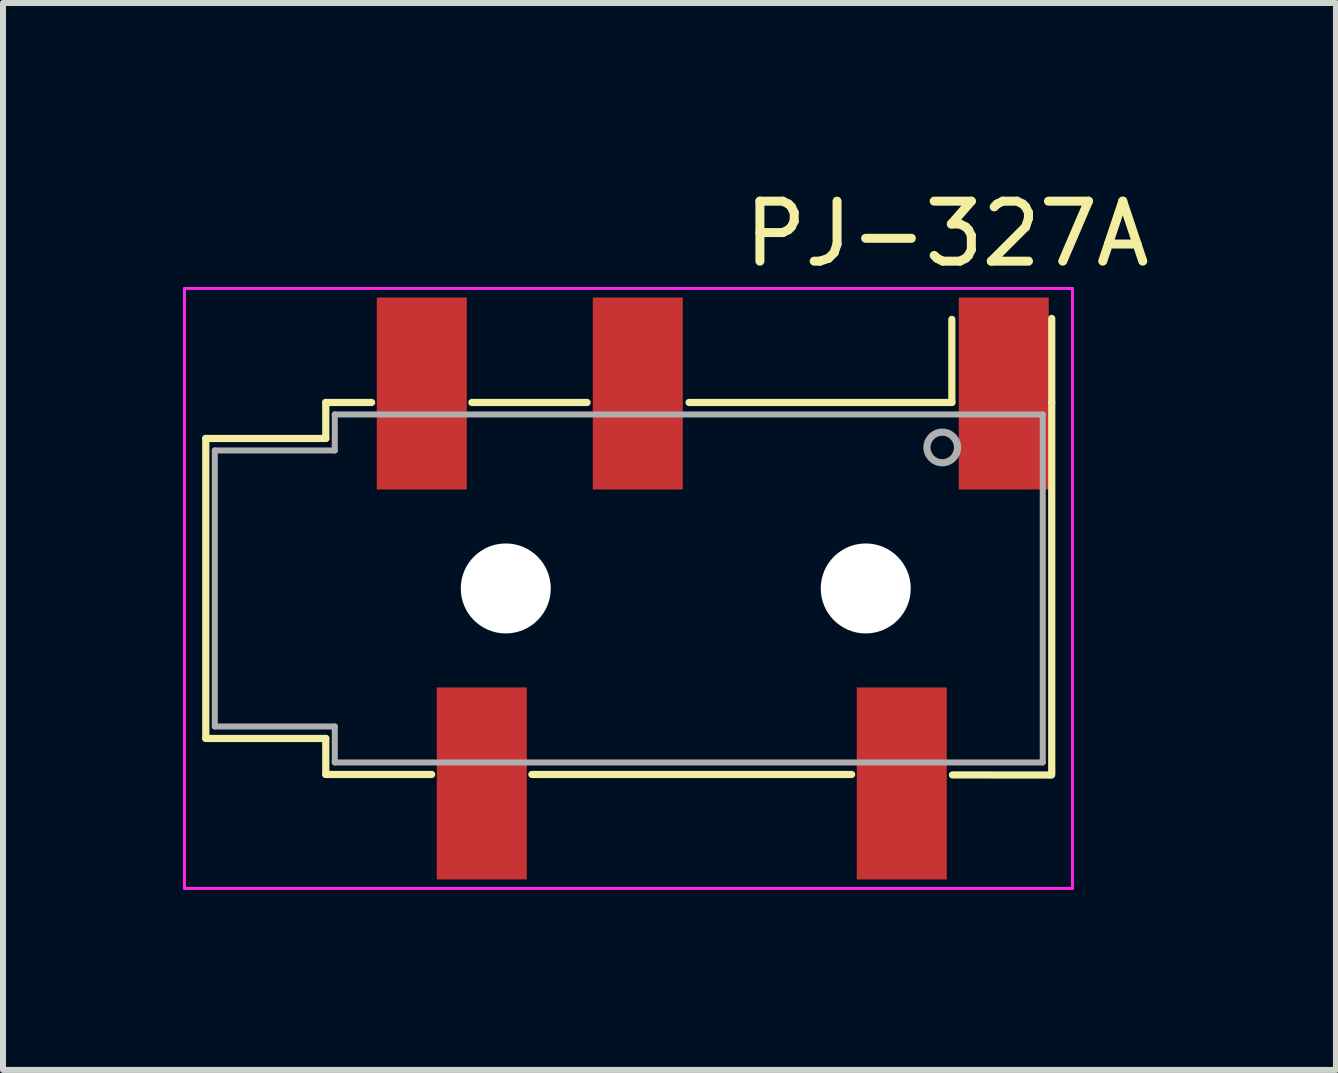
<source format=kicad_pcb>
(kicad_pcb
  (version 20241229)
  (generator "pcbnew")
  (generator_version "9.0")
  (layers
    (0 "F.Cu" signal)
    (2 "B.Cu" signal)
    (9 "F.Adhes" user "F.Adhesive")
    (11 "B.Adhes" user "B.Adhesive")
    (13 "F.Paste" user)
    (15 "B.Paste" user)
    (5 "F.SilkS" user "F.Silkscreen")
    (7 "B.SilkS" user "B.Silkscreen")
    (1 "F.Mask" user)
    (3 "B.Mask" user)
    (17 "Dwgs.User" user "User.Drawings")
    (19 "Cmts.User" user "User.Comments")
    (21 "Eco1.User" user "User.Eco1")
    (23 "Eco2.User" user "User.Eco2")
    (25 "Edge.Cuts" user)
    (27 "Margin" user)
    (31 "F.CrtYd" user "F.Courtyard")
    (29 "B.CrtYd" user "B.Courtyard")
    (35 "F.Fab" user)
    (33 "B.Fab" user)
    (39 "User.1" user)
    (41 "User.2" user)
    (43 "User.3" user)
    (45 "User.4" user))
  (footprint "PJ-327A"
    (layer "F.Cu")
    (at 7.655 6.848)
    (property "Reference" "PJ-327A" (at 5.08 -6 0) (layer "F.SilkS") (effects (font (size 1 1) (thickness 0.15))))
    (attr through_hole)
    (fp_line (start -7.275 -2.59) (end -7.275 2.41) (stroke (width 0.12) (type solid)) (layer "F.SilkS"))
    (fp_line (start -5.275 -3.19) (end -5.275 -2.59) (stroke (width 0.12) (type solid)) (layer "F.SilkS"))
    (fp_line (start -5.275 -3.19) (end -4.51 -3.19) (stroke (width 0.12) (type solid)) (layer "F.SilkS"))
    (fp_line (start -5.275 -2.59) (end -7.275 -2.59) (stroke (width 0.12) (type solid)) (layer "F.SilkS"))
    (fp_line (start -5.275 2.41) (end -7.275 2.41) (stroke (width 0.12) (type solid)) (layer "F.SilkS"))
    (fp_line (start -5.275 2.41) (end -5.275 3.01) (stroke (width 0.12) (type solid)) (layer "F.SilkS"))
    (fp_line (start -3.51 3.01) (end -5.275 3.01) (stroke (width 0.12) (type solid)) (layer "F.SilkS"))
    (fp_line (start -2.84 -3.19) (end -0.92 -3.19) (stroke (width 0.12) (type solid)) (layer "F.SilkS"))
    (fp_line (start 0.78 -3.19) (end 5.16 -3.19) (stroke (width 0.12) (type solid)) (layer "F.SilkS"))
    (fp_line (start 3.49 3.01) (end -1.84 3.01) (stroke (width 0.12) (type solid)) (layer "F.SilkS"))
    (fp_line (start 5.16 -3.19) (end 5.16 -4.575) (stroke (width 0.12) (type solid)) (layer "F.SilkS"))
    (fp_line (start 6.82 3.02) (end 5.17 3.018) (stroke (width 0.12) (type solid)) (layer "F.SilkS"))
    (fp_line (start 6.825 -3.19) (end 6.825 -4.59) (stroke (width 0.12) (type solid)) (layer "F.SilkS"))
    (fp_line (start 6.825 3.01) (end 6.825 -3.19) (stroke (width 0.12) (type solid)) (layer "F.SilkS"))
    (fp_line (start -7.63 -5.09) (end 7.17 -5.09) (stroke (width 0.05) (type solid)) (layer "F.CrtYd"))
    (fp_line (start -7.63 4.91) (end -7.63 -5.09) (stroke (width 0.05) (type solid)) (layer "F.CrtYd"))
    (fp_line (start -7.63 4.91) (end 7.17 4.91) (stroke (width 0.05) (type solid)) (layer "F.CrtYd"))
    (fp_line (start 7.17 4.91) (end 7.17 -5.09) (stroke (width 0.05) (type solid)) (layer "F.CrtYd"))
    (fp_line (start -7.125 -2.39) (end -5.125 -2.39) (stroke (width 0.1) (type solid)) (layer "F.Fab"))
    (fp_line (start -7.125 2.21) (end -7.125 -2.39) (stroke (width 0.1) (type solid)) (layer "F.Fab"))
    (fp_line (start -5.125 -2.99) (end 6.675 -2.99) (stroke (width 0.1) (type solid)) (layer "F.Fab"))
    (fp_line (start -5.125 -2.39) (end -5.125 -2.99) (stroke (width 0.1) (type solid)) (layer "F.Fab"))
    (fp_line (start -5.125 2.21) (end -7.125 2.21) (stroke (width 0.1) (type solid)) (layer "F.Fab"))
    (fp_line (start -5.125 2.81) (end -5.125 2.21) (stroke (width 0.1) (type solid)) (layer "F.Fab"))
    (fp_line (start 6.675 -2.99) (end 6.675 2.81) (stroke (width 0.1) (type solid)) (layer "F.Fab"))
    (fp_line (start 6.675 2.81) (end -5.125 2.81) (stroke (width 0.1) (type solid)) (layer "F.Fab"))
    (fp_circle (center 5 -2.44) (end 5.05 -2.19) (stroke (width 0.12) (type solid)) (fill no) (layer "F.Fab"))
    (pad "" np_thru_hole circle (at -2.275 -0.09) (size 1.5 1.5) (drill 1.5) (layers "*.Cu" "*.Mask"))
    (pad "" np_thru_hole circle (at 3.725 -0.09) (size 1.5 1.5) (drill 1.5) (layers "*.Cu" "*.Mask"))
    (pad "2" smd rect (at 4.325 3.16) (size 1.5 3.2) (layers "F.Cu" "F.Mask" "F.Paste"))
    (pad "3" smd rect (at -2.675 3.16) (size 1.5 3.2) (layers "F.Cu" "F.Mask" "F.Paste"))
    (pad "4" smd rect (at -3.675 -3.34) (size 1.5 3.2) (layers "F.Cu" "F.Mask" "F.Paste"))
    (pad "5" smd rect (at -0.075 -3.34) (size 1.5 3.2) (layers "F.Cu" "F.Mask" "F.Paste"))
    (pad "6" smd rect (at 6.025 -3.34) (size 1.5 3.2) (layers "F.Cu" "F.Mask" "F.Paste")))
  (gr_rect
    (start -3 -3)
    (end 19.217 14.783)
    (stroke (width 0.1) (type default))
    (fill no)
    (layer "Edge.Cuts")))
</source>
